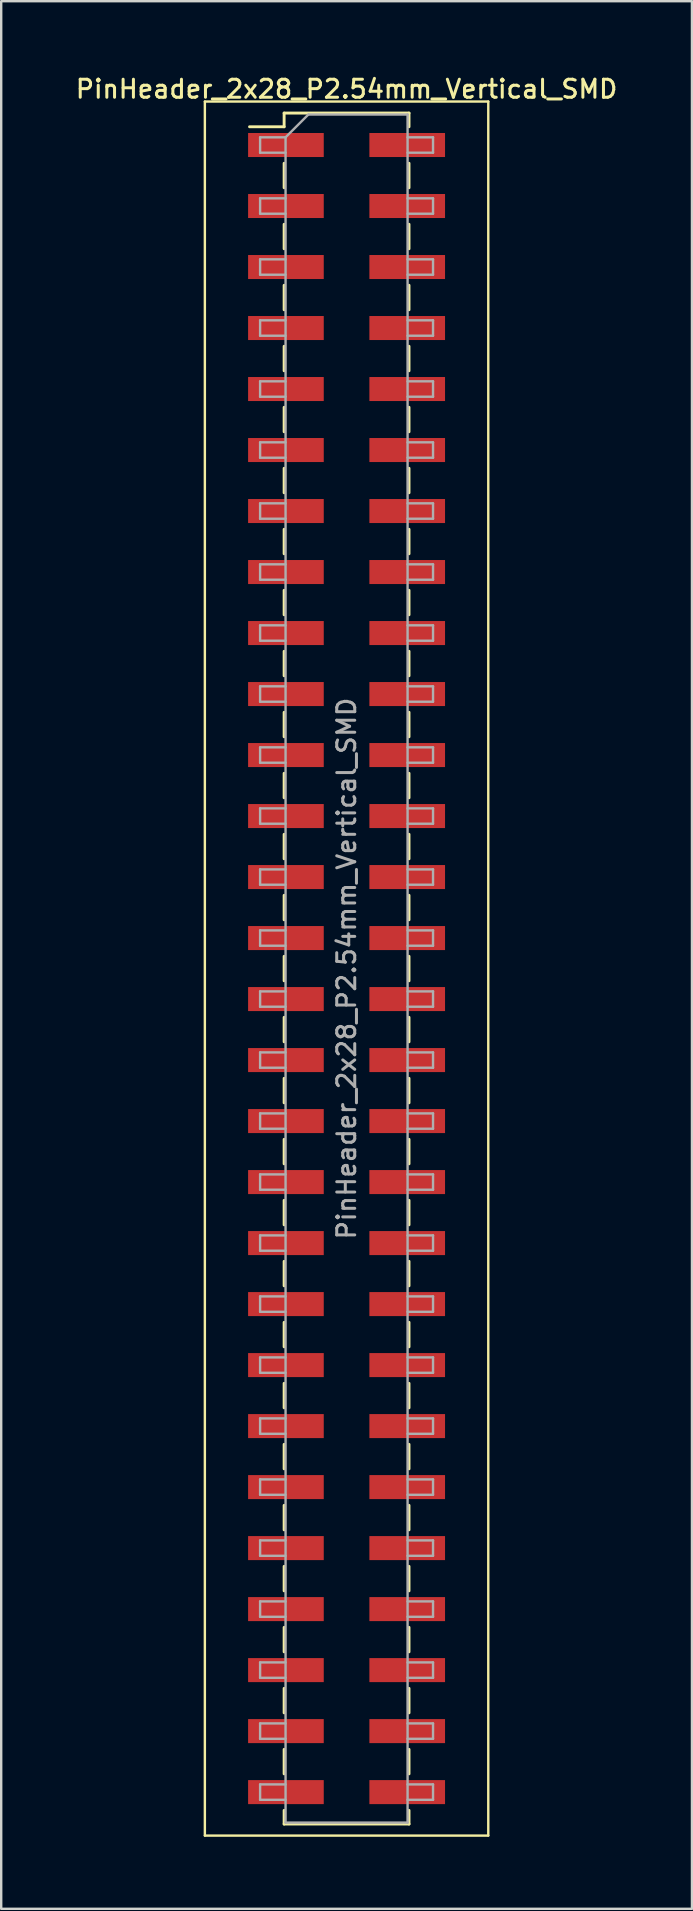
<source format=kicad_pcb>
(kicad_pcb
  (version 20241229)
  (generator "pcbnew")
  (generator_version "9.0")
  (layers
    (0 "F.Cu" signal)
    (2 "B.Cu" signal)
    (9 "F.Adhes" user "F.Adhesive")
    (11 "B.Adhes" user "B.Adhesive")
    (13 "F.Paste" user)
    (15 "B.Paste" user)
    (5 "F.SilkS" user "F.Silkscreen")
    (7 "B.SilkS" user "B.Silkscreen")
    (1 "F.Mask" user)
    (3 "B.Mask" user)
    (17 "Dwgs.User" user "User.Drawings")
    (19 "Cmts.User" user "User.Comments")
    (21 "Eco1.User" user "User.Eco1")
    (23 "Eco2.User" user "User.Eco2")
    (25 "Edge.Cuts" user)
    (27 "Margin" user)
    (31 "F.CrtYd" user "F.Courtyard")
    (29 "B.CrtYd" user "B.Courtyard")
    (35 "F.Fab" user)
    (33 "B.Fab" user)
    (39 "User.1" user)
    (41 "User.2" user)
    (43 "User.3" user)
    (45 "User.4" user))
  (footprint "PinHeader_2x28_P2.54mm_Vertical_SMD"
    (layer "F.Cu")
    (at 11.38 37.278)
    (property "Reference" "PinHeader_2x28_P2.54mm_Vertical_SMD" (at 0 -36.62 0) (layer "F.SilkS") (effects (font (size 0.75 0.75) (thickness 0.125))))
    (attr smd)
    (fp_line (start -5.9 -36.1) (end -5.9 36.1) (stroke (width 0.1) (type solid)) (layer "F.SilkS"))
    (fp_line (start -5.9 36.1) (end 5.9 36.1) (stroke (width 0.1) (type solid)) (layer "F.SilkS"))
    (fp_line (start -4.04 -35.05) (end -2.6 -35.05) (stroke (width 0.12) (type solid)) (layer "F.SilkS"))
    (fp_line (start -2.6 -35.62) (end -2.6 -35.05) (stroke (width 0.12) (type solid)) (layer "F.SilkS"))
    (fp_line (start -2.6 -35.62) (end 2.6 -35.62) (stroke (width 0.12) (type solid)) (layer "F.SilkS"))
    (fp_line (start -2.6 -33.53) (end -2.6 -32.51) (stroke (width 0.12) (type solid)) (layer "F.SilkS"))
    (fp_line (start -2.6 -30.99) (end -2.6 -29.97) (stroke (width 0.12) (type solid)) (layer "F.SilkS"))
    (fp_line (start -2.6 -28.45) (end -2.6 -27.43) (stroke (width 0.12) (type solid)) (layer "F.SilkS"))
    (fp_line (start -2.6 -25.91) (end -2.6 -24.89) (stroke (width 0.12) (type solid)) (layer "F.SilkS"))
    (fp_line (start -2.6 -23.37) (end -2.6 -22.35) (stroke (width 0.12) (type solid)) (layer "F.SilkS"))
    (fp_line (start -2.6 -20.83) (end -2.6 -19.81) (stroke (width 0.12) (type solid)) (layer "F.SilkS"))
    (fp_line (start -2.6 -18.29) (end -2.6 -17.27) (stroke (width 0.12) (type solid)) (layer "F.SilkS"))
    (fp_line (start -2.6 -15.75) (end -2.6 -14.73) (stroke (width 0.12) (type solid)) (layer "F.SilkS"))
    (fp_line (start -2.6 -13.21) (end -2.6 -12.19) (stroke (width 0.12) (type solid)) (layer "F.SilkS"))
    (fp_line (start -2.6 -10.67) (end -2.6 -9.65) (stroke (width 0.12) (type solid)) (layer "F.SilkS"))
    (fp_line (start -2.6 -8.13) (end -2.6 -7.11) (stroke (width 0.12) (type solid)) (layer "F.SilkS"))
    (fp_line (start -2.6 -5.59) (end -2.6 -4.57) (stroke (width 0.12) (type solid)) (layer "F.SilkS"))
    (fp_line (start -2.6 -3.05) (end -2.6 -2.03) (stroke (width 0.12) (type solid)) (layer "F.SilkS"))
    (fp_line (start -2.6 -0.51) (end -2.6 0.51) (stroke (width 0.12) (type solid)) (layer "F.SilkS"))
    (fp_line (start -2.6 2.03) (end -2.6 3.05) (stroke (width 0.12) (type solid)) (layer "F.SilkS"))
    (fp_line (start -2.6 4.57) (end -2.6 5.59) (stroke (width 0.12) (type solid)) (layer "F.SilkS"))
    (fp_line (start -2.6 7.11) (end -2.6 8.13) (stroke (width 0.12) (type solid)) (layer "F.SilkS"))
    (fp_line (start -2.6 9.65) (end -2.6 10.67) (stroke (width 0.12) (type solid)) (layer "F.SilkS"))
    (fp_line (start -2.6 12.19) (end -2.6 13.21) (stroke (width 0.12) (type solid)) (layer "F.SilkS"))
    (fp_line (start -2.6 14.73) (end -2.6 15.75) (stroke (width 0.12) (type solid)) (layer "F.SilkS"))
    (fp_line (start -2.6 17.27) (end -2.6 18.29) (stroke (width 0.12) (type solid)) (layer "F.SilkS"))
    (fp_line (start -2.6 19.81) (end -2.6 20.83) (stroke (width 0.12) (type solid)) (layer "F.SilkS"))
    (fp_line (start -2.6 22.35) (end -2.6 23.37) (stroke (width 0.12) (type solid)) (layer "F.SilkS"))
    (fp_line (start -2.6 24.89) (end -2.6 25.91) (stroke (width 0.12) (type solid)) (layer "F.SilkS"))
    (fp_line (start -2.6 27.43) (end -2.6 28.45) (stroke (width 0.12) (type solid)) (layer "F.SilkS"))
    (fp_line (start -2.6 29.97) (end -2.6 30.99) (stroke (width 0.12) (type solid)) (layer "F.SilkS"))
    (fp_line (start -2.6 32.51) (end -2.6 33.53) (stroke (width 0.12) (type solid)) (layer "F.SilkS"))
    (fp_line (start -2.6 35.05) (end -2.6 35.62) (stroke (width 0.12) (type solid)) (layer "F.SilkS"))
    (fp_line (start -2.6 35.62) (end 2.6 35.62) (stroke (width 0.12) (type solid)) (layer "F.SilkS"))
    (fp_line (start 2.6 -35.62) (end 2.6 -35.05) (stroke (width 0.12) (type solid)) (layer "F.SilkS"))
    (fp_line (start 2.6 -33.53) (end 2.6 -32.51) (stroke (width 0.12) (type solid)) (layer "F.SilkS"))
    (fp_line (start 2.6 -30.99) (end 2.6 -29.97) (stroke (width 0.12) (type solid)) (layer "F.SilkS"))
    (fp_line (start 2.6 -28.45) (end 2.6 -27.43) (stroke (width 0.12) (type solid)) (layer "F.SilkS"))
    (fp_line (start 2.6 -25.91) (end 2.6 -24.89) (stroke (width 0.12) (type solid)) (layer "F.SilkS"))
    (fp_line (start 2.6 -23.37) (end 2.6 -22.35) (stroke (width 0.12) (type solid)) (layer "F.SilkS"))
    (fp_line (start 2.6 -20.83) (end 2.6 -19.81) (stroke (width 0.12) (type solid)) (layer "F.SilkS"))
    (fp_line (start 2.6 -18.29) (end 2.6 -17.27) (stroke (width 0.12) (type solid)) (layer "F.SilkS"))
    (fp_line (start 2.6 -15.75) (end 2.6 -14.73) (stroke (width 0.12) (type solid)) (layer "F.SilkS"))
    (fp_line (start 2.6 -13.21) (end 2.6 -12.19) (stroke (width 0.12) (type solid)) (layer "F.SilkS"))
    (fp_line (start 2.6 -10.67) (end 2.6 -9.65) (stroke (width 0.12) (type solid)) (layer "F.SilkS"))
    (fp_line (start 2.6 -8.13) (end 2.6 -7.11) (stroke (width 0.12) (type solid)) (layer "F.SilkS"))
    (fp_line (start 2.6 -5.59) (end 2.6 -4.57) (stroke (width 0.12) (type solid)) (layer "F.SilkS"))
    (fp_line (start 2.6 -3.05) (end 2.6 -2.03) (stroke (width 0.12) (type solid)) (layer "F.SilkS"))
    (fp_line (start 2.6 -0.51) (end 2.6 0.51) (stroke (width 0.12) (type solid)) (layer "F.SilkS"))
    (fp_line (start 2.6 2.03) (end 2.6 3.05) (stroke (width 0.12) (type solid)) (layer "F.SilkS"))
    (fp_line (start 2.6 4.57) (end 2.6 5.59) (stroke (width 0.12) (type solid)) (layer "F.SilkS"))
    (fp_line (start 2.6 7.11) (end 2.6 8.13) (stroke (width 0.12) (type solid)) (layer "F.SilkS"))
    (fp_line (start 2.6 9.65) (end 2.6 10.67) (stroke (width 0.12) (type solid)) (layer "F.SilkS"))
    (fp_line (start 2.6 12.19) (end 2.6 13.21) (stroke (width 0.12) (type solid)) (layer "F.SilkS"))
    (fp_line (start 2.6 14.73) (end 2.6 15.75) (stroke (width 0.12) (type solid)) (layer "F.SilkS"))
    (fp_line (start 2.6 17.27) (end 2.6 18.29) (stroke (width 0.12) (type solid)) (layer "F.SilkS"))
    (fp_line (start 2.6 19.81) (end 2.6 20.83) (stroke (width 0.12) (type solid)) (layer "F.SilkS"))
    (fp_line (start 2.6 22.35) (end 2.6 23.37) (stroke (width 0.12) (type solid)) (layer "F.SilkS"))
    (fp_line (start 2.6 24.89) (end 2.6 25.91) (stroke (width 0.12) (type solid)) (layer "F.SilkS"))
    (fp_line (start 2.6 27.43) (end 2.6 28.45) (stroke (width 0.12) (type solid)) (layer "F.SilkS"))
    (fp_line (start 2.6 29.97) (end 2.6 30.99) (stroke (width 0.12) (type solid)) (layer "F.SilkS"))
    (fp_line (start 2.6 32.51) (end 2.6 33.53) (stroke (width 0.12) (type solid)) (layer "F.SilkS"))
    (fp_line (start 2.6 35.05) (end 2.6 35.62) (stroke (width 0.12) (type solid)) (layer "F.SilkS"))
    (fp_line (start 5.9 -36.1) (end -5.9 -36.1) (stroke (width 0.1) (type solid)) (layer "F.SilkS"))
    (fp_line (start 5.9 36.1) (end 5.9 -36.1) (stroke (width 0.1) (type solid)) (layer "F.SilkS"))
    (fp_line (start -3.6 -34.61) (end -3.6 -33.97) (stroke (width 0.1) (type solid)) (layer "F.Fab"))
    (fp_line (start -3.6 -33.97) (end -2.54 -33.97) (stroke (width 0.1) (type solid)) (layer "F.Fab"))
    (fp_line (start -3.6 -32.07) (end -3.6 -31.43) (stroke (width 0.1) (type solid)) (layer "F.Fab"))
    (fp_line (start -3.6 -31.43) (end -2.54 -31.43) (stroke (width 0.1) (type solid)) (layer "F.Fab"))
    (fp_line (start -3.6 -29.53) (end -3.6 -28.89) (stroke (width 0.1) (type solid)) (layer "F.Fab"))
    (fp_line (start -3.6 -28.89) (end -2.54 -28.89) (stroke (width 0.1) (type solid)) (layer "F.Fab"))
    (fp_line (start -3.6 -26.99) (end -3.6 -26.35) (stroke (width 0.1) (type solid)) (layer "F.Fab"))
    (fp_line (start -3.6 -26.35) (end -2.54 -26.35) (stroke (width 0.1) (type solid)) (layer "F.Fab"))
    (fp_line (start -3.6 -24.45) (end -3.6 -23.81) (stroke (width 0.1) (type solid)) (layer "F.Fab"))
    (fp_line (start -3.6 -23.81) (end -2.54 -23.81) (stroke (width 0.1) (type solid)) (layer "F.Fab"))
    (fp_line (start -3.6 -21.91) (end -3.6 -21.27) (stroke (width 0.1) (type solid)) (layer "F.Fab"))
    (fp_line (start -3.6 -21.27) (end -2.54 -21.27) (stroke (width 0.1) (type solid)) (layer "F.Fab"))
    (fp_line (start -3.6 -19.37) (end -3.6 -18.73) (stroke (width 0.1) (type solid)) (layer "F.Fab"))
    (fp_line (start -3.6 -18.73) (end -2.54 -18.73) (stroke (width 0.1) (type solid)) (layer "F.Fab"))
    (fp_line (start -3.6 -16.83) (end -3.6 -16.19) (stroke (width 0.1) (type solid)) (layer "F.Fab"))
    (fp_line (start -3.6 -16.19) (end -2.54 -16.19) (stroke (width 0.1) (type solid)) (layer "F.Fab"))
    (fp_line (start -3.6 -14.29) (end -3.6 -13.65) (stroke (width 0.1) (type solid)) (layer "F.Fab"))
    (fp_line (start -3.6 -13.65) (end -2.54 -13.65) (stroke (width 0.1) (type solid)) (layer "F.Fab"))
    (fp_line (start -3.6 -11.75) (end -3.6 -11.11) (stroke (width 0.1) (type solid)) (layer "F.Fab"))
    (fp_line (start -3.6 -11.11) (end -2.54 -11.11) (stroke (width 0.1) (type solid)) (layer "F.Fab"))
    (fp_line (start -3.6 -9.21) (end -3.6 -8.57) (stroke (width 0.1) (type solid)) (layer "F.Fab"))
    (fp_line (start -3.6 -8.57) (end -2.54 -8.57) (stroke (width 0.1) (type solid)) (layer "F.Fab"))
    (fp_line (start -3.6 -6.67) (end -3.6 -6.03) (stroke (width 0.1) (type solid)) (layer "F.Fab"))
    (fp_line (start -3.6 -6.03) (end -2.54 -6.03) (stroke (width 0.1) (type solid)) (layer "F.Fab"))
    (fp_line (start -3.6 -4.13) (end -3.6 -3.49) (stroke (width 0.1) (type solid)) (layer "F.Fab"))
    (fp_line (start -3.6 -3.49) (end -2.54 -3.49) (stroke (width 0.1) (type solid)) (layer "F.Fab"))
    (fp_line (start -3.6 -1.59) (end -3.6 -0.95) (stroke (width 0.1) (type solid)) (layer "F.Fab"))
    (fp_line (start -3.6 -0.95) (end -2.54 -0.95) (stroke (width 0.1) (type solid)) (layer "F.Fab"))
    (fp_line (start -3.6 0.95) (end -3.6 1.59) (stroke (width 0.1) (type solid)) (layer "F.Fab"))
    (fp_line (start -3.6 1.59) (end -2.54 1.59) (stroke (width 0.1) (type solid)) (layer "F.Fab"))
    (fp_line (start -3.6 3.49) (end -3.6 4.13) (stroke (width 0.1) (type solid)) (layer "F.Fab"))
    (fp_line (start -3.6 4.13) (end -2.54 4.13) (stroke (width 0.1) (type solid)) (layer "F.Fab"))
    (fp_line (start -3.6 6.03) (end -3.6 6.67) (stroke (width 0.1) (type solid)) (layer "F.Fab"))
    (fp_line (start -3.6 6.67) (end -2.54 6.67) (stroke (width 0.1) (type solid)) (layer "F.Fab"))
    (fp_line (start -3.6 8.57) (end -3.6 9.21) (stroke (width 0.1) (type solid)) (layer "F.Fab"))
    (fp_line (start -3.6 9.21) (end -2.54 9.21) (stroke (width 0.1) (type solid)) (layer "F.Fab"))
    (fp_line (start -3.6 11.11) (end -3.6 11.75) (stroke (width 0.1) (type solid)) (layer "F.Fab"))
    (fp_line (start -3.6 11.75) (end -2.54 11.75) (stroke (width 0.1) (type solid)) (layer "F.Fab"))
    (fp_line (start -3.6 13.65) (end -3.6 14.29) (stroke (width 0.1) (type solid)) (layer "F.Fab"))
    (fp_line (start -3.6 14.29) (end -2.54 14.29) (stroke (width 0.1) (type solid)) (layer "F.Fab"))
    (fp_line (start -3.6 16.19) (end -3.6 16.83) (stroke (width 0.1) (type solid)) (layer "F.Fab"))
    (fp_line (start -3.6 16.83) (end -2.54 16.83) (stroke (width 0.1) (type solid)) (layer "F.Fab"))
    (fp_line (start -3.6 18.73) (end -3.6 19.37) (stroke (width 0.1) (type solid)) (layer "F.Fab"))
    (fp_line (start -3.6 19.37) (end -2.54 19.37) (stroke (width 0.1) (type solid)) (layer "F.Fab"))
    (fp_line (start -3.6 21.27) (end -3.6 21.91) (stroke (width 0.1) (type solid)) (layer "F.Fab"))
    (fp_line (start -3.6 21.91) (end -2.54 21.91) (stroke (width 0.1) (type solid)) (layer "F.Fab"))
    (fp_line (start -3.6 23.81) (end -3.6 24.45) (stroke (width 0.1) (type solid)) (layer "F.Fab"))
    (fp_line (start -3.6 24.45) (end -2.54 24.45) (stroke (width 0.1) (type solid)) (layer "F.Fab"))
    (fp_line (start -3.6 26.35) (end -3.6 26.99) (stroke (width 0.1) (type solid)) (layer "F.Fab"))
    (fp_line (start -3.6 26.99) (end -2.54 26.99) (stroke (width 0.1) (type solid)) (layer "F.Fab"))
    (fp_line (start -3.6 28.89) (end -3.6 29.53) (stroke (width 0.1) (type solid)) (layer "F.Fab"))
    (fp_line (start -3.6 29.53) (end -2.54 29.53) (stroke (width 0.1) (type solid)) (layer "F.Fab"))
    (fp_line (start -3.6 31.43) (end -3.6 32.07) (stroke (width 0.1) (type solid)) (layer "F.Fab"))
    (fp_line (start -3.6 32.07) (end -2.54 32.07) (stroke (width 0.1) (type solid)) (layer "F.Fab"))
    (fp_line (start -3.6 33.97) (end -3.6 34.61) (stroke (width 0.1) (type solid)) (layer "F.Fab"))
    (fp_line (start -3.6 34.61) (end -2.54 34.61) (stroke (width 0.1) (type solid)) (layer "F.Fab"))
    (fp_line (start -2.54 -34.61) (end -3.6 -34.61) (stroke (width 0.1) (type solid)) (layer "F.Fab"))
    (fp_line (start -2.54 -34.61) (end -1.59 -35.56) (stroke (width 0.1) (type solid)) (layer "F.Fab"))
    (fp_line (start -2.54 -32.07) (end -3.6 -32.07) (stroke (width 0.1) (type solid)) (layer "F.Fab"))
    (fp_line (start -2.54 -29.53) (end -3.6 -29.53) (stroke (width 0.1) (type solid)) (layer "F.Fab"))
    (fp_line (start -2.54 -26.99) (end -3.6 -26.99) (stroke (width 0.1) (type solid)) (layer "F.Fab"))
    (fp_line (start -2.54 -24.45) (end -3.6 -24.45) (stroke (width 0.1) (type solid)) (layer "F.Fab"))
    (fp_line (start -2.54 -21.91) (end -3.6 -21.91) (stroke (width 0.1) (type solid)) (layer "F.Fab"))
    (fp_line (start -2.54 -19.37) (end -3.6 -19.37) (stroke (width 0.1) (type solid)) (layer "F.Fab"))
    (fp_line (start -2.54 -16.83) (end -3.6 -16.83) (stroke (width 0.1) (type solid)) (layer "F.Fab"))
    (fp_line (start -2.54 -14.29) (end -3.6 -14.29) (stroke (width 0.1) (type solid)) (layer "F.Fab"))
    (fp_line (start -2.54 -11.75) (end -3.6 -11.75) (stroke (width 0.1) (type solid)) (layer "F.Fab"))
    (fp_line (start -2.54 -9.21) (end -3.6 -9.21) (stroke (width 0.1) (type solid)) (layer "F.Fab"))
    (fp_line (start -2.54 -6.67) (end -3.6 -6.67) (stroke (width 0.1) (type solid)) (layer "F.Fab"))
    (fp_line (start -2.54 -4.13) (end -3.6 -4.13) (stroke (width 0.1) (type solid)) (layer "F.Fab"))
    (fp_line (start -2.54 -1.59) (end -3.6 -1.59) (stroke (width 0.1) (type solid)) (layer "F.Fab"))
    (fp_line (start -2.54 0.95) (end -3.6 0.95) (stroke (width 0.1) (type solid)) (layer "F.Fab"))
    (fp_line (start -2.54 3.49) (end -3.6 3.49) (stroke (width 0.1) (type solid)) (layer "F.Fab"))
    (fp_line (start -2.54 6.03) (end -3.6 6.03) (stroke (width 0.1) (type solid)) (layer "F.Fab"))
    (fp_line (start -2.54 8.57) (end -3.6 8.57) (stroke (width 0.1) (type solid)) (layer "F.Fab"))
    (fp_line (start -2.54 11.11) (end -3.6 11.11) (stroke (width 0.1) (type solid)) (layer "F.Fab"))
    (fp_line (start -2.54 13.65) (end -3.6 13.65) (stroke (width 0.1) (type solid)) (layer "F.Fab"))
    (fp_line (start -2.54 16.19) (end -3.6 16.19) (stroke (width 0.1) (type solid)) (layer "F.Fab"))
    (fp_line (start -2.54 18.73) (end -3.6 18.73) (stroke (width 0.1) (type solid)) (layer "F.Fab"))
    (fp_line (start -2.54 21.27) (end -3.6 21.27) (stroke (width 0.1) (type solid)) (layer "F.Fab"))
    (fp_line (start -2.54 23.81) (end -3.6 23.81) (stroke (width 0.1) (type solid)) (layer "F.Fab"))
    (fp_line (start -2.54 26.35) (end -3.6 26.35) (stroke (width 0.1) (type solid)) (layer "F.Fab"))
    (fp_line (start -2.54 28.89) (end -3.6 28.89) (stroke (width 0.1) (type solid)) (layer "F.Fab"))
    (fp_line (start -2.54 31.43) (end -3.6 31.43) (stroke (width 0.1) (type solid)) (layer "F.Fab"))
    (fp_line (start -2.54 33.97) (end -3.6 33.97) (stroke (width 0.1) (type solid)) (layer "F.Fab"))
    (fp_line (start -2.54 35.56) (end -2.54 -34.61) (stroke (width 0.1) (type solid)) (layer "F.Fab"))
    (fp_line (start -1.59 -35.56) (end 2.54 -35.56) (stroke (width 0.1) (type solid)) (layer "F.Fab"))
    (fp_line (start 2.54 -35.56) (end 2.54 35.56) (stroke (width 0.1) (type solid)) (layer "F.Fab"))
    (fp_line (start 2.54 -34.61) (end 3.6 -34.61) (stroke (width 0.1) (type solid)) (layer "F.Fab"))
    (fp_line (start 2.54 -32.07) (end 3.6 -32.07) (stroke (width 0.1) (type solid)) (layer "F.Fab"))
    (fp_line (start 2.54 -29.53) (end 3.6 -29.53) (stroke (width 0.1) (type solid)) (layer "F.Fab"))
    (fp_line (start 2.54 -26.99) (end 3.6 -26.99) (stroke (width 0.1) (type solid)) (layer "F.Fab"))
    (fp_line (start 2.54 -24.45) (end 3.6 -24.45) (stroke (width 0.1) (type solid)) (layer "F.Fab"))
    (fp_line (start 2.54 -21.91) (end 3.6 -21.91) (stroke (width 0.1) (type solid)) (layer "F.Fab"))
    (fp_line (start 2.54 -19.37) (end 3.6 -19.37) (stroke (width 0.1) (type solid)) (layer "F.Fab"))
    (fp_line (start 2.54 -16.83) (end 3.6 -16.83) (stroke (width 0.1) (type solid)) (layer "F.Fab"))
    (fp_line (start 2.54 -14.29) (end 3.6 -14.29) (stroke (width 0.1) (type solid)) (layer "F.Fab"))
    (fp_line (start 2.54 -11.75) (end 3.6 -11.75) (stroke (width 0.1) (type solid)) (layer "F.Fab"))
    (fp_line (start 2.54 -9.21) (end 3.6 -9.21) (stroke (width 0.1) (type solid)) (layer "F.Fab"))
    (fp_line (start 2.54 -6.67) (end 3.6 -6.67) (stroke (width 0.1) (type solid)) (layer "F.Fab"))
    (fp_line (start 2.54 -4.13) (end 3.6 -4.13) (stroke (width 0.1) (type solid)) (layer "F.Fab"))
    (fp_line (start 2.54 -1.59) (end 3.6 -1.59) (stroke (width 0.1) (type solid)) (layer "F.Fab"))
    (fp_line (start 2.54 0.95) (end 3.6 0.95) (stroke (width 0.1) (type solid)) (layer "F.Fab"))
    (fp_line (start 2.54 3.49) (end 3.6 3.49) (stroke (width 0.1) (type solid)) (layer "F.Fab"))
    (fp_line (start 2.54 6.03) (end 3.6 6.03) (stroke (width 0.1) (type solid)) (layer "F.Fab"))
    (fp_line (start 2.54 8.57) (end 3.6 8.57) (stroke (width 0.1) (type solid)) (layer "F.Fab"))
    (fp_line (start 2.54 11.11) (end 3.6 11.11) (stroke (width 0.1) (type solid)) (layer "F.Fab"))
    (fp_line (start 2.54 13.65) (end 3.6 13.65) (stroke (width 0.1) (type solid)) (layer "F.Fab"))
    (fp_line (start 2.54 16.19) (end 3.6 16.19) (stroke (width 0.1) (type solid)) (layer "F.Fab"))
    (fp_line (start 2.54 18.73) (end 3.6 18.73) (stroke (width 0.1) (type solid)) (layer "F.Fab"))
    (fp_line (start 2.54 21.27) (end 3.6 21.27) (stroke (width 0.1) (type solid)) (layer "F.Fab"))
    (fp_line (start 2.54 23.81) (end 3.6 23.81) (stroke (width 0.1) (type solid)) (layer "F.Fab"))
    (fp_line (start 2.54 26.35) (end 3.6 26.35) (stroke (width 0.1) (type solid)) (layer "F.Fab"))
    (fp_line (start 2.54 28.89) (end 3.6 28.89) (stroke (width 0.1) (type solid)) (layer "F.Fab"))
    (fp_line (start 2.54 31.43) (end 3.6 31.43) (stroke (width 0.1) (type solid)) (layer "F.Fab"))
    (fp_line (start 2.54 33.97) (end 3.6 33.97) (stroke (width 0.1) (type solid)) (layer "F.Fab"))
    (fp_line (start 2.54 35.56) (end -2.54 35.56) (stroke (width 0.1) (type solid)) (layer "F.Fab"))
    (fp_line (start 3.6 -34.61) (end 3.6 -33.97) (stroke (width 0.1) (type solid)) (layer "F.Fab"))
    (fp_line (start 3.6 -33.97) (end 2.54 -33.97) (stroke (width 0.1) (type solid)) (layer "F.Fab"))
    (fp_line (start 3.6 -32.07) (end 3.6 -31.43) (stroke (width 0.1) (type solid)) (layer "F.Fab"))
    (fp_line (start 3.6 -31.43) (end 2.54 -31.43) (stroke (width 0.1) (type solid)) (layer "F.Fab"))
    (fp_line (start 3.6 -29.53) (end 3.6 -28.89) (stroke (width 0.1) (type solid)) (layer "F.Fab"))
    (fp_line (start 3.6 -28.89) (end 2.54 -28.89) (stroke (width 0.1) (type solid)) (layer "F.Fab"))
    (fp_line (start 3.6 -26.99) (end 3.6 -26.35) (stroke (width 0.1) (type solid)) (layer "F.Fab"))
    (fp_line (start 3.6 -26.35) (end 2.54 -26.35) (stroke (width 0.1) (type solid)) (layer "F.Fab"))
    (fp_line (start 3.6 -24.45) (end 3.6 -23.81) (stroke (width 0.1) (type solid)) (layer "F.Fab"))
    (fp_line (start 3.6 -23.81) (end 2.54 -23.81) (stroke (width 0.1) (type solid)) (layer "F.Fab"))
    (fp_line (start 3.6 -21.91) (end 3.6 -21.27) (stroke (width 0.1) (type solid)) (layer "F.Fab"))
    (fp_line (start 3.6 -21.27) (end 2.54 -21.27) (stroke (width 0.1) (type solid)) (layer "F.Fab"))
    (fp_line (start 3.6 -19.37) (end 3.6 -18.73) (stroke (width 0.1) (type solid)) (layer "F.Fab"))
    (fp_line (start 3.6 -18.73) (end 2.54 -18.73) (stroke (width 0.1) (type solid)) (layer "F.Fab"))
    (fp_line (start 3.6 -16.83) (end 3.6 -16.19) (stroke (width 0.1) (type solid)) (layer "F.Fab"))
    (fp_line (start 3.6 -16.19) (end 2.54 -16.19) (stroke (width 0.1) (type solid)) (layer "F.Fab"))
    (fp_line (start 3.6 -14.29) (end 3.6 -13.65) (stroke (width 0.1) (type solid)) (layer "F.Fab"))
    (fp_line (start 3.6 -13.65) (end 2.54 -13.65) (stroke (width 0.1) (type solid)) (layer "F.Fab"))
    (fp_line (start 3.6 -11.75) (end 3.6 -11.11) (stroke (width 0.1) (type solid)) (layer "F.Fab"))
    (fp_line (start 3.6 -11.11) (end 2.54 -11.11) (stroke (width 0.1) (type solid)) (layer "F.Fab"))
    (fp_line (start 3.6 -9.21) (end 3.6 -8.57) (stroke (width 0.1) (type solid)) (layer "F.Fab"))
    (fp_line (start 3.6 -8.57) (end 2.54 -8.57) (stroke (width 0.1) (type solid)) (layer "F.Fab"))
    (fp_line (start 3.6 -6.67) (end 3.6 -6.03) (stroke (width 0.1) (type solid)) (layer "F.Fab"))
    (fp_line (start 3.6 -6.03) (end 2.54 -6.03) (stroke (width 0.1) (type solid)) (layer "F.Fab"))
    (fp_line (start 3.6 -4.13) (end 3.6 -3.49) (stroke (width 0.1) (type solid)) (layer "F.Fab"))
    (fp_line (start 3.6 -3.49) (end 2.54 -3.49) (stroke (width 0.1) (type solid)) (layer "F.Fab"))
    (fp_line (start 3.6 -1.59) (end 3.6 -0.95) (stroke (width 0.1) (type solid)) (layer "F.Fab"))
    (fp_line (start 3.6 -0.95) (end 2.54 -0.95) (stroke (width 0.1) (type solid)) (layer "F.Fab"))
    (fp_line (start 3.6 0.95) (end 3.6 1.59) (stroke (width 0.1) (type solid)) (layer "F.Fab"))
    (fp_line (start 3.6 1.59) (end 2.54 1.59) (stroke (width 0.1) (type solid)) (layer "F.Fab"))
    (fp_line (start 3.6 3.49) (end 3.6 4.13) (stroke (width 0.1) (type solid)) (layer "F.Fab"))
    (fp_line (start 3.6 4.13) (end 2.54 4.13) (stroke (width 0.1) (type solid)) (layer "F.Fab"))
    (fp_line (start 3.6 6.03) (end 3.6 6.67) (stroke (width 0.1) (type solid)) (layer "F.Fab"))
    (fp_line (start 3.6 6.67) (end 2.54 6.67) (stroke (width 0.1) (type solid)) (layer "F.Fab"))
    (fp_line (start 3.6 8.57) (end 3.6 9.21) (stroke (width 0.1) (type solid)) (layer "F.Fab"))
    (fp_line (start 3.6 9.21) (end 2.54 9.21) (stroke (width 0.1) (type solid)) (layer "F.Fab"))
    (fp_line (start 3.6 11.11) (end 3.6 11.75) (stroke (width 0.1) (type solid)) (layer "F.Fab"))
    (fp_line (start 3.6 11.75) (end 2.54 11.75) (stroke (width 0.1) (type solid)) (layer "F.Fab"))
    (fp_line (start 3.6 13.65) (end 3.6 14.29) (stroke (width 0.1) (type solid)) (layer "F.Fab"))
    (fp_line (start 3.6 14.29) (end 2.54 14.29) (stroke (width 0.1) (type solid)) (layer "F.Fab"))
    (fp_line (start 3.6 16.19) (end 3.6 16.83) (stroke (width 0.1) (type solid)) (layer "F.Fab"))
    (fp_line (start 3.6 16.83) (end 2.54 16.83) (stroke (width 0.1) (type solid)) (layer "F.Fab"))
    (fp_line (start 3.6 18.73) (end 3.6 19.37) (stroke (width 0.1) (type solid)) (layer "F.Fab"))
    (fp_line (start 3.6 19.37) (end 2.54 19.37) (stroke (width 0.1) (type solid)) (layer "F.Fab"))
    (fp_line (start 3.6 21.27) (end 3.6 21.91) (stroke (width 0.1) (type solid)) (layer "F.Fab"))
    (fp_line (start 3.6 21.91) (end 2.54 21.91) (stroke (width 0.1) (type solid)) (layer "F.Fab"))
    (fp_line (start 3.6 23.81) (end 3.6 24.45) (stroke (width 0.1) (type solid)) (layer "F.Fab"))
    (fp_line (start 3.6 24.45) (end 2.54 24.45) (stroke (width 0.1) (type solid)) (layer "F.Fab"))
    (fp_line (start 3.6 26.35) (end 3.6 26.99) (stroke (width 0.1) (type solid)) (layer "F.Fab"))
    (fp_line (start 3.6 26.99) (end 2.54 26.99) (stroke (width 0.1) (type solid)) (layer "F.Fab"))
    (fp_line (start 3.6 28.89) (end 3.6 29.53) (stroke (width 0.1) (type solid)) (layer "F.Fab"))
    (fp_line (start 3.6 29.53) (end 2.54 29.53) (stroke (width 0.1) (type solid)) (layer "F.Fab"))
    (fp_line (start 3.6 31.43) (end 3.6 32.07) (stroke (width 0.1) (type solid)) (layer "F.Fab"))
    (fp_line (start 3.6 32.07) (end 2.54 32.07) (stroke (width 0.1) (type solid)) (layer "F.Fab"))
    (fp_line (start 3.6 33.97) (end 3.6 34.61) (stroke (width 0.1) (type solid)) (layer "F.Fab"))
    (fp_line (start 3.6 34.61) (end 2.54 34.61) (stroke (width 0.1) (type solid)) (layer "F.Fab"))
    (fp_text user "${REFERENCE}" (at 0 0 90) (layer "F.Fab") (effects (font (size 0.75 0.75) (thickness 0.125))))
    (pad "1" smd rect (at -2.525 -34.29) (size 3.15 1) (layers "F.Cu" "F.Mask" "F.Paste"))
    (pad "2" smd rect (at 2.525 -34.29) (size 3.15 1) (layers "F.Cu" "F.Mask" "F.Paste"))
    (pad "3" smd rect (at -2.525 -31.75) (size 3.15 1) (layers "F.Cu" "F.Mask" "F.Paste"))
    (pad "4" smd rect (at 2.525 -31.75) (size 3.15 1) (layers "F.Cu" "F.Mask" "F.Paste"))
    (pad "5" smd rect (at -2.525 -29.21) (size 3.15 1) (layers "F.Cu" "F.Mask" "F.Paste"))
    (pad "6" smd rect (at 2.525 -29.21) (size 3.15 1) (layers "F.Cu" "F.Mask" "F.Paste"))
    (pad "7" smd rect (at -2.525 -26.67) (size 3.15 1) (layers "F.Cu" "F.Mask" "F.Paste"))
    (pad "8" smd rect (at 2.525 -26.67) (size 3.15 1) (layers "F.Cu" "F.Mask" "F.Paste"))
    (pad "9" smd rect (at -2.525 -24.13) (size 3.15 1) (layers "F.Cu" "F.Mask" "F.Paste"))
    (pad "10" smd rect (at 2.525 -24.13) (size 3.15 1) (layers "F.Cu" "F.Mask" "F.Paste"))
    (pad "11" smd rect (at -2.525 -21.59) (size 3.15 1) (layers "F.Cu" "F.Mask" "F.Paste"))
    (pad "12" smd rect (at 2.525 -21.59) (size 3.15 1) (layers "F.Cu" "F.Mask" "F.Paste"))
    (pad "13" smd rect (at -2.525 -19.05) (size 3.15 1) (layers "F.Cu" "F.Mask" "F.Paste"))
    (pad "14" smd rect (at 2.525 -19.05) (size 3.15 1) (layers "F.Cu" "F.Mask" "F.Paste"))
    (pad "15" smd rect (at -2.525 -16.51) (size 3.15 1) (layers "F.Cu" "F.Mask" "F.Paste"))
    (pad "16" smd rect (at 2.525 -16.51) (size 3.15 1) (layers "F.Cu" "F.Mask" "F.Paste"))
    (pad "17" smd rect (at -2.525 -13.97) (size 3.15 1) (layers "F.Cu" "F.Mask" "F.Paste"))
    (pad "18" smd rect (at 2.525 -13.97) (size 3.15 1) (layers "F.Cu" "F.Mask" "F.Paste"))
    (pad "19" smd rect (at -2.525 -11.43) (size 3.15 1) (layers "F.Cu" "F.Mask" "F.Paste"))
    (pad "20" smd rect (at 2.525 -11.43) (size 3.15 1) (layers "F.Cu" "F.Mask" "F.Paste"))
    (pad "21" smd rect (at -2.525 -8.89) (size 3.15 1) (layers "F.Cu" "F.Mask" "F.Paste"))
    (pad "22" smd rect (at 2.525 -8.89) (size 3.15 1) (layers "F.Cu" "F.Mask" "F.Paste"))
    (pad "23" smd rect (at -2.525 -6.35) (size 3.15 1) (layers "F.Cu" "F.Mask" "F.Paste"))
    (pad "24" smd rect (at 2.525 -6.35) (size 3.15 1) (layers "F.Cu" "F.Mask" "F.Paste"))
    (pad "25" smd rect (at -2.525 -3.81) (size 3.15 1) (layers "F.Cu" "F.Mask" "F.Paste"))
    (pad "26" smd rect (at 2.525 -3.81) (size 3.15 1) (layers "F.Cu" "F.Mask" "F.Paste"))
    (pad "27" smd rect (at -2.525 -1.27) (size 3.15 1) (layers "F.Cu" "F.Mask" "F.Paste"))
    (pad "28" smd rect (at 2.525 -1.27) (size 3.15 1) (layers "F.Cu" "F.Mask" "F.Paste"))
    (pad "29" smd rect (at -2.525 1.27) (size 3.15 1) (layers "F.Cu" "F.Mask" "F.Paste"))
    (pad "30" smd rect (at 2.525 1.27) (size 3.15 1) (layers "F.Cu" "F.Mask" "F.Paste"))
    (pad "31" smd rect (at -2.525 3.81) (size 3.15 1) (layers "F.Cu" "F.Mask" "F.Paste"))
    (pad "32" smd rect (at 2.525 3.81) (size 3.15 1) (layers "F.Cu" "F.Mask" "F.Paste"))
    (pad "33" smd rect (at -2.525 6.35) (size 3.15 1) (layers "F.Cu" "F.Mask" "F.Paste"))
    (pad "34" smd rect (at 2.525 6.35) (size 3.15 1) (layers "F.Cu" "F.Mask" "F.Paste"))
    (pad "35" smd rect (at -2.525 8.89) (size 3.15 1) (layers "F.Cu" "F.Mask" "F.Paste"))
    (pad "36" smd rect (at 2.525 8.89) (size 3.15 1) (layers "F.Cu" "F.Mask" "F.Paste"))
    (pad "37" smd rect (at -2.525 11.43) (size 3.15 1) (layers "F.Cu" "F.Mask" "F.Paste"))
    (pad "38" smd rect (at 2.525 11.43) (size 3.15 1) (layers "F.Cu" "F.Mask" "F.Paste"))
    (pad "39" smd rect (at -2.525 13.97) (size 3.15 1) (layers "F.Cu" "F.Mask" "F.Paste"))
    (pad "40" smd rect (at 2.525 13.97) (size 3.15 1) (layers "F.Cu" "F.Mask" "F.Paste"))
    (pad "41" smd rect (at -2.525 16.51) (size 3.15 1) (layers "F.Cu" "F.Mask" "F.Paste"))
    (pad "42" smd rect (at 2.525 16.51) (size 3.15 1) (layers "F.Cu" "F.Mask" "F.Paste"))
    (pad "43" smd rect (at -2.525 19.05) (size 3.15 1) (layers "F.Cu" "F.Mask" "F.Paste"))
    (pad "44" smd rect (at 2.525 19.05) (size 3.15 1) (layers "F.Cu" "F.Mask" "F.Paste"))
    (pad "45" smd rect (at -2.525 21.59) (size 3.15 1) (layers "F.Cu" "F.Mask" "F.Paste"))
    (pad "46" smd rect (at 2.525 21.59) (size 3.15 1) (layers "F.Cu" "F.Mask" "F.Paste"))
    (pad "47" smd rect (at -2.525 24.13) (size 3.15 1) (layers "F.Cu" "F.Mask" "F.Paste"))
    (pad "48" smd rect (at 2.525 24.13) (size 3.15 1) (layers "F.Cu" "F.Mask" "F.Paste"))
    (pad "49" smd rect (at -2.525 26.67) (size 3.15 1) (layers "F.Cu" "F.Mask" "F.Paste"))
    (pad "50" smd rect (at 2.525 26.67) (size 3.15 1) (layers "F.Cu" "F.Mask" "F.Paste"))
    (pad "51" smd rect (at -2.525 29.21) (size 3.15 1) (layers "F.Cu" "F.Mask" "F.Paste"))
    (pad "52" smd rect (at 2.525 29.21) (size 3.15 1) (layers "F.Cu" "F.Mask" "F.Paste"))
    (pad "53" smd rect (at -2.525 31.75) (size 3.15 1) (layers "F.Cu" "F.Mask" "F.Paste"))
    (pad "54" smd rect (at 2.525 31.75) (size 3.15 1) (layers "F.Cu" "F.Mask" "F.Paste"))
    (pad "55" smd rect (at -2.525 34.29) (size 3.15 1) (layers "F.Cu" "F.Mask" "F.Paste"))
    (pad "56" smd rect (at 2.525 34.29) (size 3.15 1) (layers "F.Cu" "F.Mask" "F.Paste")))
  (gr_rect
    (start -3 -3)
    (end 25.761 76.428)
    (stroke (width 0.1) (type default))
    (fill no)
    (layer "Edge.Cuts")))
</source>
